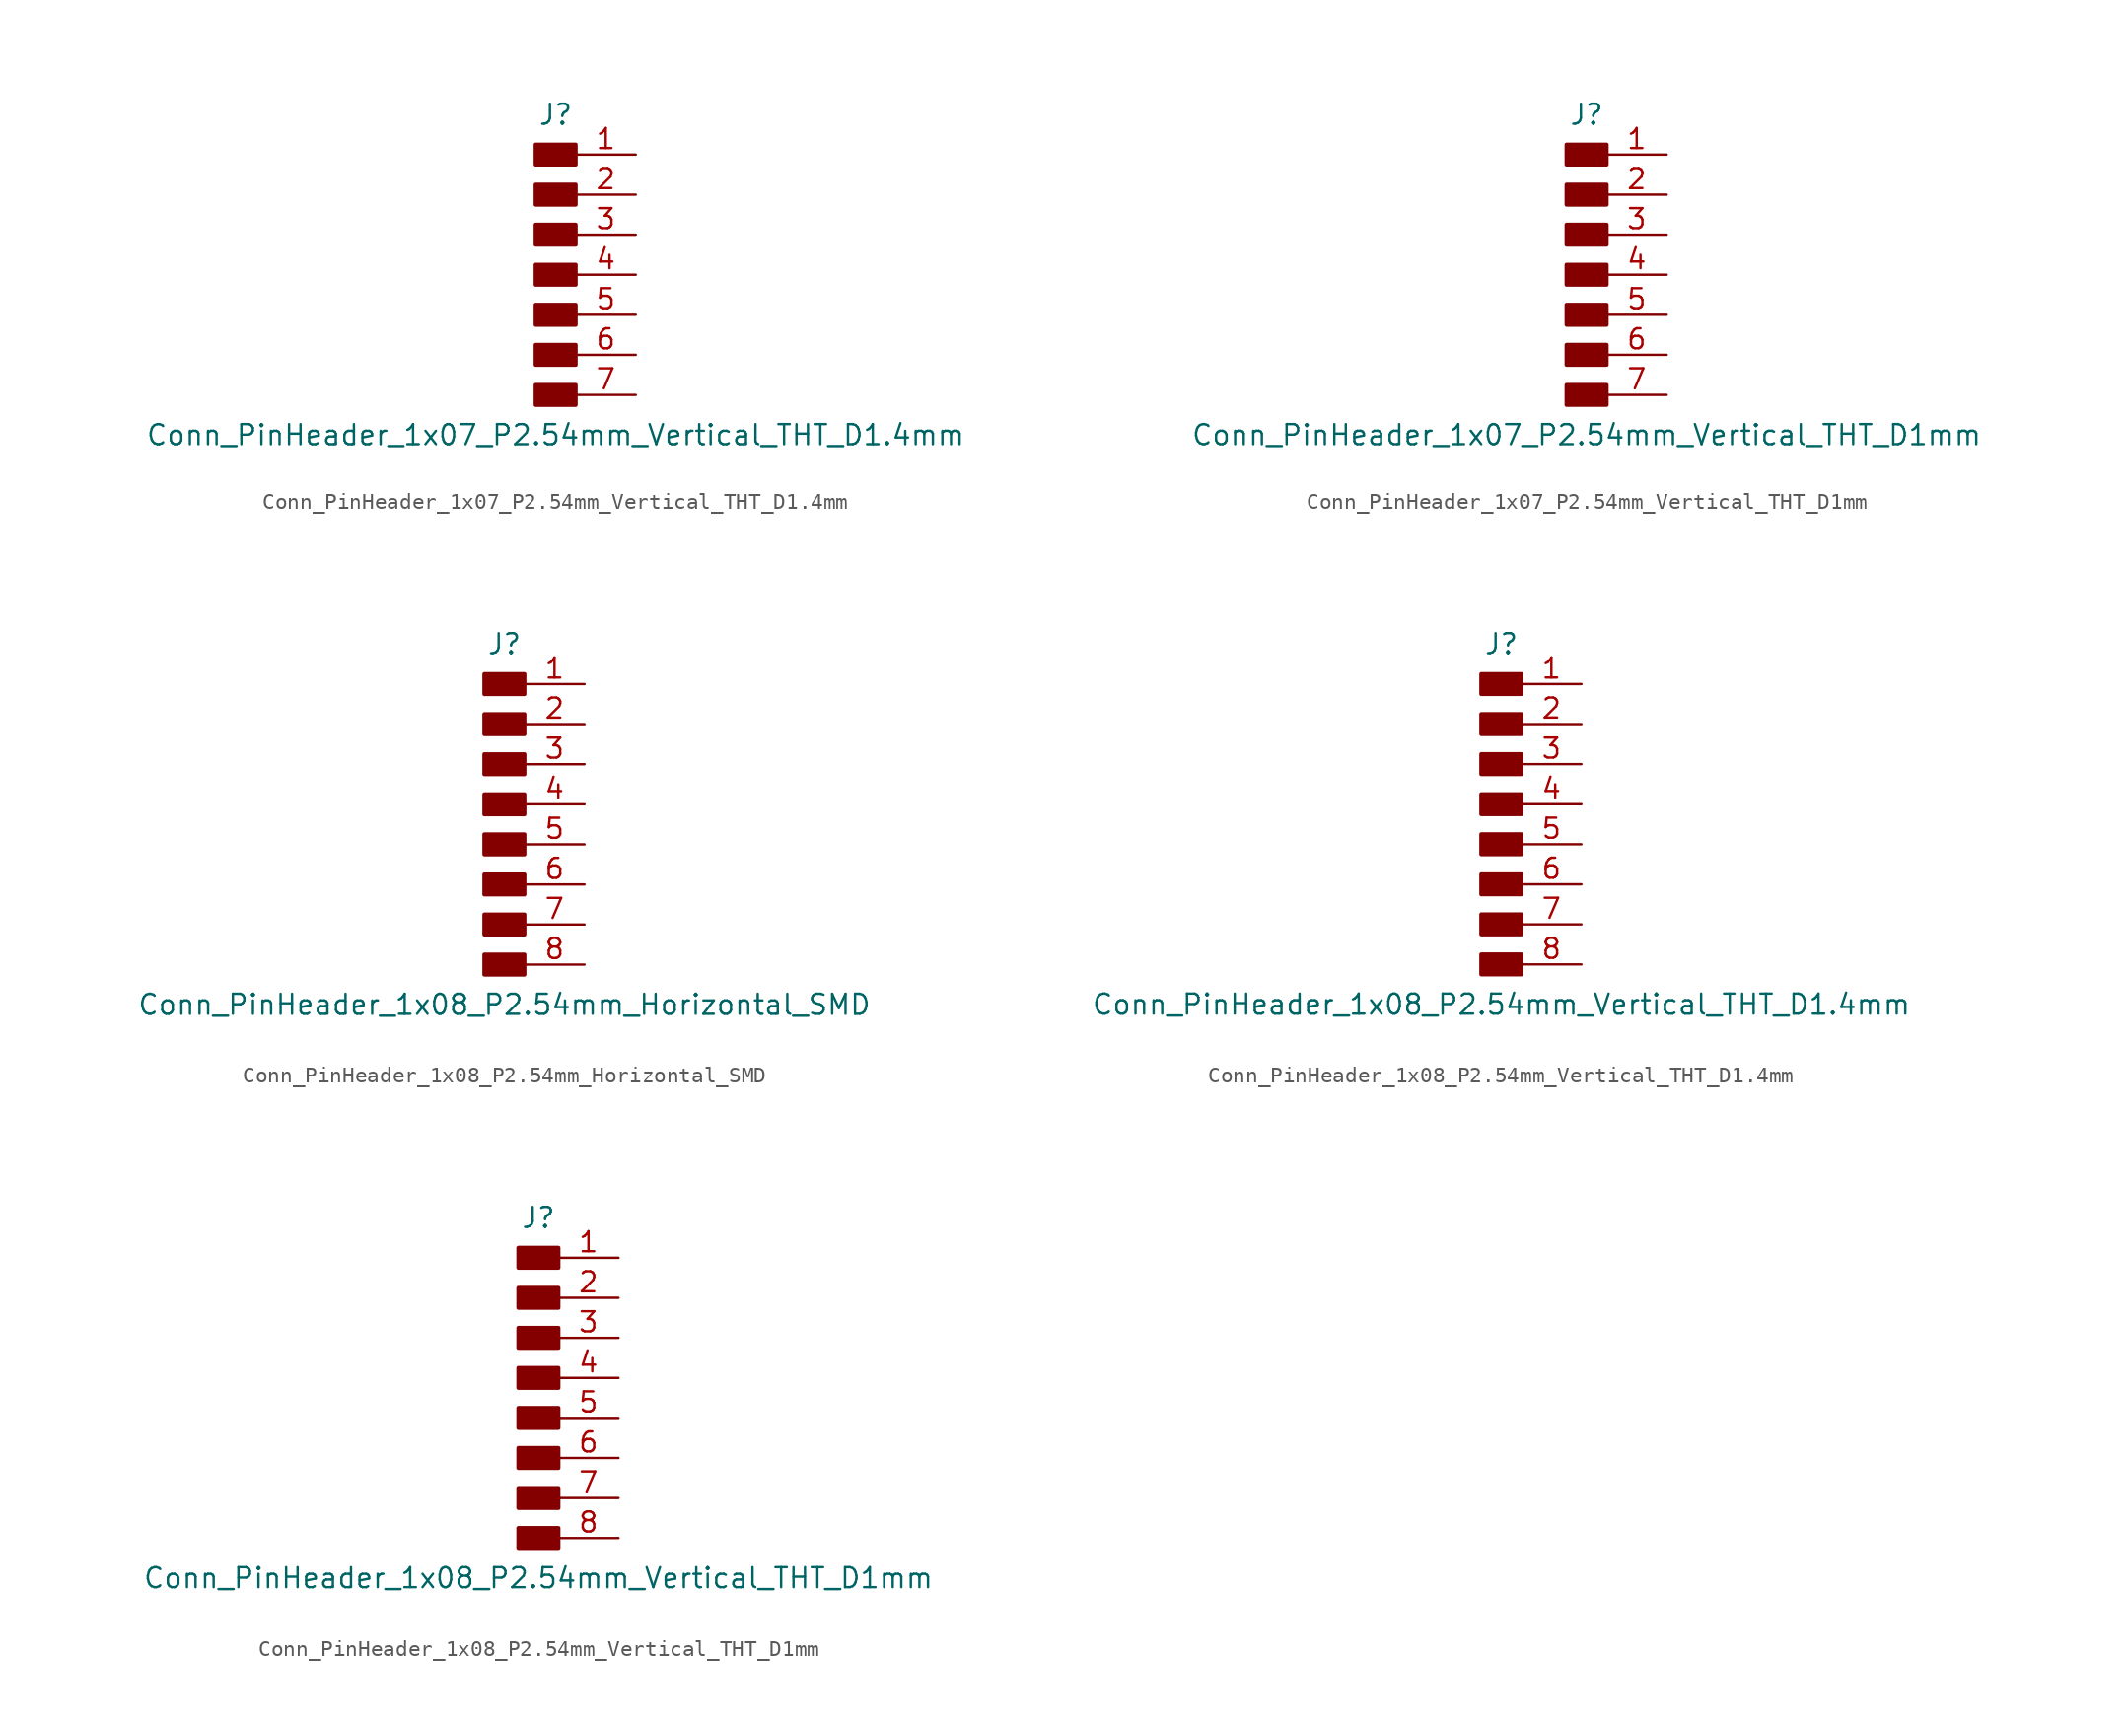
<source format=kicad_sym>
(kicad_symbol_lib
  (version 20211014)
  (generator kicad_symbol_editor)
  (symbol "Conn_PinHeader_1x07_P2.54mm_Vertical_THT_D1.4mm"
    (pin_names hide)
    (property "Reference" "J"
      (at 0 10.16 0)
      (effects (font (size 1.27 1.27))))
    (property "Value" "Conn_PinHeader_1x07_P2.54mm_Vertical_THT_D1.4mm"
      (at 0 -10.16 0)
      (effects (font (size 1.27 1.27))))
    (symbol "Conn_PinHeader_1x07_P2.54mm_Vertical_THT_D1.4mm_1_1"
      (rectangle (start -1.27 -6.985) (end 1.27 -8.255) (stroke (width 0.254) (type default) (color 0 0 0 0)) (fill (type outline)))
      (rectangle (start -1.27 -4.445) (end 1.27 -5.715) (stroke (width 0.254) (type default) (color 0 0 0 0)) (fill (type outline)))
      (rectangle (start -1.27 -1.905) (end 1.27 -3.175) (stroke (width 0.254) (type default) (color 0 0 0 0)) (fill (type outline)))
      (rectangle (start -1.27 0.635) (end 1.27 -0.635) (stroke (width 0.254) (type default) (color 0 0 0 0)) (fill (type outline)))
      (rectangle (start -1.27 3.175) (end 1.27 1.905) (stroke (width 0.254) (type default) (color 0 0 0 0)) (fill (type outline)))
      (rectangle (start -1.27 5.715) (end 1.27 4.445) (stroke (width 0.254) (type default) (color 0 0 0 0)) (fill (type outline)))
      (rectangle (start -1.27 8.255) (end 1.27 6.985) (stroke (width 0.254) (type default) (color 0 0 0 0)) (fill (type outline)))
      (pin passive line (at 5.08 7.62 180) (length 3.81) (name "Pin_1" (effects (font (size 1.27 1.27)))) (number "1" (effects (font (size 1.27 1.27)))))
      (pin passive line (at 5.08 5.08 180) (length 3.81) (name "Pin_2" (effects (font (size 1.27 1.27)))) (number "2" (effects (font (size 1.27 1.27)))))
      (pin passive line (at 5.08 2.54 180) (length 3.81) (name "Pin_3" (effects (font (size 1.27 1.27)))) (number "3" (effects (font (size 1.27 1.27)))))
      (pin passive line (at 5.08 0 180) (length 3.81) (name "Pin_4" (effects (font (size 1.27 1.27)))) (number "4" (effects (font (size 1.27 1.27)))))
      (pin passive line (at 5.08 -2.54 180) (length 3.81) (name "Pin_5" (effects (font (size 1.27 1.27)))) (number "5" (effects (font (size 1.27 1.27)))))
      (pin passive line (at 5.08 -5.08 180) (length 3.81) (name "Pin_6" (effects (font (size 1.27 1.27)))) (number "6" (effects (font (size 1.27 1.27)))))
      (pin passive line (at 5.08 -7.62 180) (length 3.81) (name "Pin_7" (effects (font (size 1.27 1.27)))) (number "7" (effects (font (size 1.27 1.27)))))))
  (symbol "Conn_PinHeader_1x07_P2.54mm_Vertical_THT_D1mm"
    (pin_names hide)
    (property "Reference" "J"
      (at 0 10.16 0)
      (effects (font (size 1.27 1.27))))
    (property "Value" "Conn_PinHeader_1x07_P2.54mm_Vertical_THT_D1mm"
      (at 0 -10.16 0)
      (effects (font (size 1.27 1.27))))
    (symbol "Conn_PinHeader_1x07_P2.54mm_Vertical_THT_D1mm_1_1"
      (rectangle (start -1.27 -6.985) (end 1.27 -8.255) (stroke (width 0.254) (type default) (color 0 0 0 0)) (fill (type outline)))
      (rectangle (start -1.27 -4.445) (end 1.27 -5.715) (stroke (width 0.254) (type default) (color 0 0 0 0)) (fill (type outline)))
      (rectangle (start -1.27 -1.905) (end 1.27 -3.175) (stroke (width 0.254) (type default) (color 0 0 0 0)) (fill (type outline)))
      (rectangle (start -1.27 0.635) (end 1.27 -0.635) (stroke (width 0.254) (type default) (color 0 0 0 0)) (fill (type outline)))
      (rectangle (start -1.27 3.175) (end 1.27 1.905) (stroke (width 0.254) (type default) (color 0 0 0 0)) (fill (type outline)))
      (rectangle (start -1.27 5.715) (end 1.27 4.445) (stroke (width 0.254) (type default) (color 0 0 0 0)) (fill (type outline)))
      (rectangle (start -1.27 8.255) (end 1.27 6.985) (stroke (width 0.254) (type default) (color 0 0 0 0)) (fill (type outline)))
      (pin passive line (at 5.08 7.62 180) (length 3.81) (name "Pin_1" (effects (font (size 1.27 1.27)))) (number "1" (effects (font (size 1.27 1.27)))))
      (pin passive line (at 5.08 5.08 180) (length 3.81) (name "Pin_2" (effects (font (size 1.27 1.27)))) (number "2" (effects (font (size 1.27 1.27)))))
      (pin passive line (at 5.08 2.54 180) (length 3.81) (name "Pin_3" (effects (font (size 1.27 1.27)))) (number "3" (effects (font (size 1.27 1.27)))))
      (pin passive line (at 5.08 0 180) (length 3.81) (name "Pin_4" (effects (font (size 1.27 1.27)))) (number "4" (effects (font (size 1.27 1.27)))))
      (pin passive line (at 5.08 -2.54 180) (length 3.81) (name "Pin_5" (effects (font (size 1.27 1.27)))) (number "5" (effects (font (size 1.27 1.27)))))
      (pin passive line (at 5.08 -5.08 180) (length 3.81) (name "Pin_6" (effects (font (size 1.27 1.27)))) (number "6" (effects (font (size 1.27 1.27)))))
      (pin passive line (at 5.08 -7.62 180) (length 3.81) (name "Pin_7" (effects (font (size 1.27 1.27)))) (number "7" (effects (font (size 1.27 1.27)))))))
  (symbol "Conn_PinHeader_1x08_P2.54mm_Horizontal_SMD"
    (pin_names hide)
    (property "Reference" "J"
      (at 0 10.16 0)
      (effects (font (size 1.27 1.27))))
    (property "Value" "Conn_PinHeader_1x08_P2.54mm_Horizontal_SMD"
      (at 0 -12.7 0)
      (effects (font (size 1.27 1.27))))
    (symbol "Conn_PinHeader_1x08_P2.54mm_Horizontal_SMD_1_1"
      (rectangle (start -1.27 -9.525) (end 1.27 -10.795) (stroke (width 0.254) (type default) (color 0 0 0 0)) (fill (type outline)))
      (rectangle (start -1.27 -6.985) (end 1.27 -8.255) (stroke (width 0.254) (type default) (color 0 0 0 0)) (fill (type outline)))
      (rectangle (start -1.27 -4.445) (end 1.27 -5.715) (stroke (width 0.254) (type default) (color 0 0 0 0)) (fill (type outline)))
      (rectangle (start -1.27 -1.905) (end 1.27 -3.175) (stroke (width 0.254) (type default) (color 0 0 0 0)) (fill (type outline)))
      (rectangle (start -1.27 0.635) (end 1.27 -0.635) (stroke (width 0.254) (type default) (color 0 0 0 0)) (fill (type outline)))
      (rectangle (start -1.27 3.175) (end 1.27 1.905) (stroke (width 0.254) (type default) (color 0 0 0 0)) (fill (type outline)))
      (rectangle (start -1.27 5.715) (end 1.27 4.445) (stroke (width 0.254) (type default) (color 0 0 0 0)) (fill (type outline)))
      (rectangle (start -1.27 8.255) (end 1.27 6.985) (stroke (width 0.254) (type default) (color 0 0 0 0)) (fill (type outline)))
      (pin passive line (at 5.08 7.62 180) (length 3.81) (name "Pin_1" (effects (font (size 1.27 1.27)))) (number "1" (effects (font (size 1.27 1.27)))))
      (pin passive line (at 5.08 5.08 180) (length 3.81) (name "Pin_2" (effects (font (size 1.27 1.27)))) (number "2" (effects (font (size 1.27 1.27)))))
      (pin passive line (at 5.08 2.54 180) (length 3.81) (name "Pin_3" (effects (font (size 1.27 1.27)))) (number "3" (effects (font (size 1.27 1.27)))))
      (pin passive line (at 5.08 0 180) (length 3.81) (name "Pin_4" (effects (font (size 1.27 1.27)))) (number "4" (effects (font (size 1.27 1.27)))))
      (pin passive line (at 5.08 -2.54 180) (length 3.81) (name "Pin_5" (effects (font (size 1.27 1.27)))) (number "5" (effects (font (size 1.27 1.27)))))
      (pin passive line (at 5.08 -5.08 180) (length 3.81) (name "Pin_6" (effects (font (size 1.27 1.27)))) (number "6" (effects (font (size 1.27 1.27)))))
      (pin passive line (at 5.08 -7.62 180) (length 3.81) (name "Pin_7" (effects (font (size 1.27 1.27)))) (number "7" (effects (font (size 1.27 1.27)))))
      (pin passive line (at 5.08 -10.16 180) (length 3.81) (name "Pin_8" (effects (font (size 1.27 1.27)))) (number "8" (effects (font (size 1.27 1.27)))))))
  (symbol "Conn_PinHeader_1x08_P2.54mm_Vertical_THT_D1.4mm"
    (pin_names hide)
    (property "Reference" "J"
      (at 0 10.16 0)
      (effects (font (size 1.27 1.27))))
    (property "Value" "Conn_PinHeader_1x08_P2.54mm_Vertical_THT_D1.4mm"
      (at 0 -12.7 0)
      (effects (font (size 1.27 1.27))))
    (symbol "Conn_PinHeader_1x08_P2.54mm_Vertical_THT_D1.4mm_1_1"
      (rectangle (start -1.27 -9.525) (end 1.27 -10.795) (stroke (width 0.254) (type default) (color 0 0 0 0)) (fill (type outline)))
      (rectangle (start -1.27 -6.985) (end 1.27 -8.255) (stroke (width 0.254) (type default) (color 0 0 0 0)) (fill (type outline)))
      (rectangle (start -1.27 -4.445) (end 1.27 -5.715) (stroke (width 0.254) (type default) (color 0 0 0 0)) (fill (type outline)))
      (rectangle (start -1.27 -1.905) (end 1.27 -3.175) (stroke (width 0.254) (type default) (color 0 0 0 0)) (fill (type outline)))
      (rectangle (start -1.27 0.635) (end 1.27 -0.635) (stroke (width 0.254) (type default) (color 0 0 0 0)) (fill (type outline)))
      (rectangle (start -1.27 3.175) (end 1.27 1.905) (stroke (width 0.254) (type default) (color 0 0 0 0)) (fill (type outline)))
      (rectangle (start -1.27 5.715) (end 1.27 4.445) (stroke (width 0.254) (type default) (color 0 0 0 0)) (fill (type outline)))
      (rectangle (start -1.27 8.255) (end 1.27 6.985) (stroke (width 0.254) (type default) (color 0 0 0 0)) (fill (type outline)))
      (pin passive line (at 5.08 7.62 180) (length 3.81) (name "Pin_1" (effects (font (size 1.27 1.27)))) (number "1" (effects (font (size 1.27 1.27)))))
      (pin passive line (at 5.08 5.08 180) (length 3.81) (name "Pin_2" (effects (font (size 1.27 1.27)))) (number "2" (effects (font (size 1.27 1.27)))))
      (pin passive line (at 5.08 2.54 180) (length 3.81) (name "Pin_3" (effects (font (size 1.27 1.27)))) (number "3" (effects (font (size 1.27 1.27)))))
      (pin passive line (at 5.08 0 180) (length 3.81) (name "Pin_4" (effects (font (size 1.27 1.27)))) (number "4" (effects (font (size 1.27 1.27)))))
      (pin passive line (at 5.08 -2.54 180) (length 3.81) (name "Pin_5" (effects (font (size 1.27 1.27)))) (number "5" (effects (font (size 1.27 1.27)))))
      (pin passive line (at 5.08 -5.08 180) (length 3.81) (name "Pin_6" (effects (font (size 1.27 1.27)))) (number "6" (effects (font (size 1.27 1.27)))))
      (pin passive line (at 5.08 -7.62 180) (length 3.81) (name "Pin_7" (effects (font (size 1.27 1.27)))) (number "7" (effects (font (size 1.27 1.27)))))
      (pin passive line (at 5.08 -10.16 180) (length 3.81) (name "Pin_8" (effects (font (size 1.27 1.27)))) (number "8" (effects (font (size 1.27 1.27)))))))
  (symbol "Conn_PinHeader_1x08_P2.54mm_Vertical_THT_D1mm"
    (pin_names hide)
    (property "Reference" "J"
      (at 0 10.16 0)
      (effects (font (size 1.27 1.27))))
    (property "Value" "Conn_PinHeader_1x08_P2.54mm_Vertical_THT_D1mm"
      (at 0 -12.7 0)
      (effects (font (size 1.27 1.27))))
    (symbol "Conn_PinHeader_1x08_P2.54mm_Vertical_THT_D1mm_1_1"
      (rectangle (start -1.27 -9.525) (end 1.27 -10.795) (stroke (width 0.254) (type default) (color 0 0 0 0)) (fill (type outline)))
      (rectangle (start -1.27 -6.985) (end 1.27 -8.255) (stroke (width 0.254) (type default) (color 0 0 0 0)) (fill (type outline)))
      (rectangle (start -1.27 -4.445) (end 1.27 -5.715) (stroke (width 0.254) (type default) (color 0 0 0 0)) (fill (type outline)))
      (rectangle (start -1.27 -1.905) (end 1.27 -3.175) (stroke (width 0.254) (type default) (color 0 0 0 0)) (fill (type outline)))
      (rectangle (start -1.27 0.635) (end 1.27 -0.635) (stroke (width 0.254) (type default) (color 0 0 0 0)) (fill (type outline)))
      (rectangle (start -1.27 3.175) (end 1.27 1.905) (stroke (width 0.254) (type default) (color 0 0 0 0)) (fill (type outline)))
      (rectangle (start -1.27 5.715) (end 1.27 4.445) (stroke (width 0.254) (type default) (color 0 0 0 0)) (fill (type outline)))
      (rectangle (start -1.27 8.255) (end 1.27 6.985) (stroke (width 0.254) (type default) (color 0 0 0 0)) (fill (type outline)))
      (pin passive line (at 5.08 7.62 180) (length 3.81) (name "Pin_1" (effects (font (size 1.27 1.27)))) (number "1" (effects (font (size 1.27 1.27)))))
      (pin passive line (at 5.08 5.08 180) (length 3.81) (name "Pin_2" (effects (font (size 1.27 1.27)))) (number "2" (effects (font (size 1.27 1.27)))))
      (pin passive line (at 5.08 2.54 180) (length 3.81) (name "Pin_3" (effects (font (size 1.27 1.27)))) (number "3" (effects (font (size 1.27 1.27)))))
      (pin passive line (at 5.08 0 180) (length 3.81) (name "Pin_4" (effects (font (size 1.27 1.27)))) (number "4" (effects (font (size 1.27 1.27)))))
      (pin passive line (at 5.08 -2.54 180) (length 3.81) (name "Pin_5" (effects (font (size 1.27 1.27)))) (number "5" (effects (font (size 1.27 1.27)))))
      (pin passive line (at 5.08 -5.08 180) (length 3.81) (name "Pin_6" (effects (font (size 1.27 1.27)))) (number "6" (effects (font (size 1.27 1.27)))))
      (pin passive line (at 5.08 -7.62 180) (length 3.81) (name "Pin_7" (effects (font (size 1.27 1.27)))) (number "7" (effects (font (size 1.27 1.27)))))
      (pin passive line (at 5.08 -10.16 180) (length 3.81) (name "Pin_8" (effects (font (size 1.27 1.27)))) (number "8" (effects (font (size 1.27 1.27))))))))
</source>
